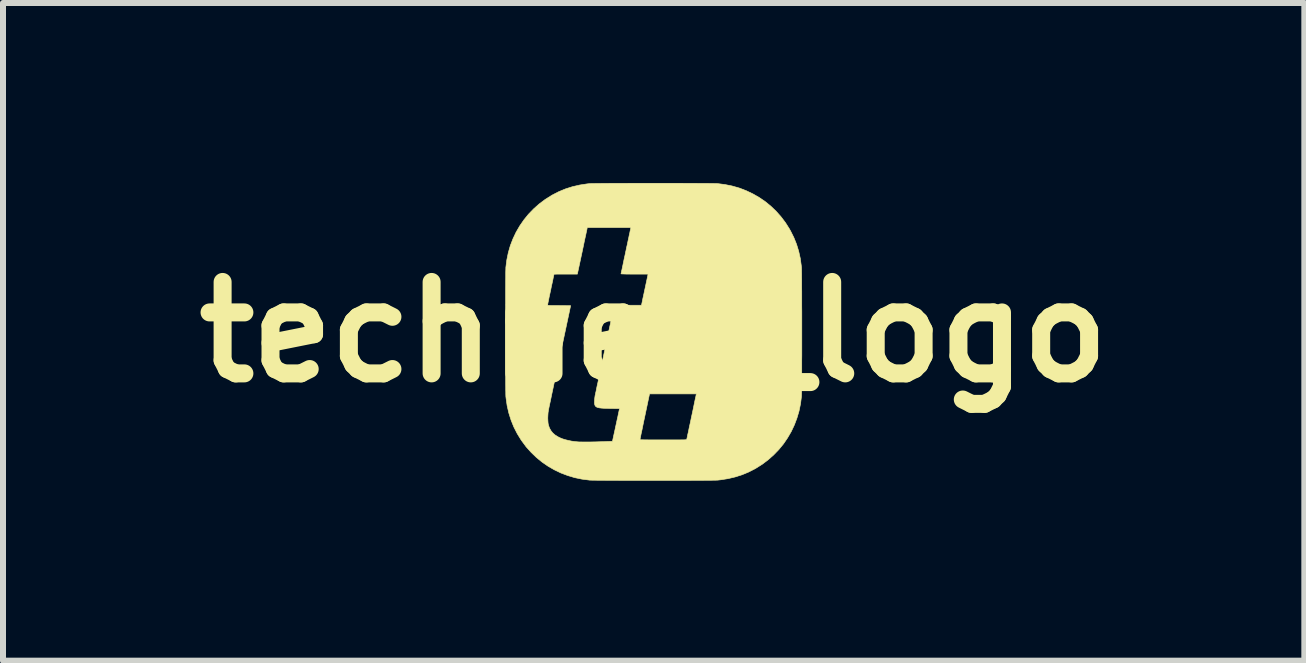
<source format=kicad_pcb>
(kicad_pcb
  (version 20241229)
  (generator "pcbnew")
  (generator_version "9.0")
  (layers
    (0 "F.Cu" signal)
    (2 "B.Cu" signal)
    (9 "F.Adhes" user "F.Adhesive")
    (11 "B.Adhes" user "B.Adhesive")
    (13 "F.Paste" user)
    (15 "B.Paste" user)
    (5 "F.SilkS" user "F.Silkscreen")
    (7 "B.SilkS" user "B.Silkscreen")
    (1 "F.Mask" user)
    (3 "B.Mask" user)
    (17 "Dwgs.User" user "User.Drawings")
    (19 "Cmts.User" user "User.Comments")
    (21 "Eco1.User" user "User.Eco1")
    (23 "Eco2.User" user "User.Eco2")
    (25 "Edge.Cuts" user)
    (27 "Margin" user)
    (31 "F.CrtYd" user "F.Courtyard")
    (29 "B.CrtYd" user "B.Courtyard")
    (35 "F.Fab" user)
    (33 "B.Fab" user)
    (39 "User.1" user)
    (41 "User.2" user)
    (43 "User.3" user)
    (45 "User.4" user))
  (footprint "techne2_logo"
    (layer "F.Cu")
    (at 7.845 2.484)
    (property "Reference" "techne2_logo" (at 0 0 0) (layer "F.SilkS") (effects (font (size 1.524 1.524) (thickness 0.3))))
    (attr through_hole)
    (fp_poly (pts (xy 0.124 -2.479) (xy 0.215 -2.479) (xy 0.304 -2.479) (xy 0.392 -2.479) (xy 0.477 -2.479) (xy 0.559 -2.478) (xy 0.636 -2.478) (xy 0.71 -2.478) (xy 0.778 -2.477) (xy 0.84 -2.477) (xy 0.897 -2.477) (xy 0.946 -2.476) (xy 0.988 -2.476) (xy 1.021 -2.475) (xy 1.046 -2.475) (xy 1.061 -2.474) (xy 1.064 -2.474) (xy 1.189 -2.458) (xy 1.311 -2.433) (xy 1.43 -2.399) (xy 1.544 -2.355) (xy 1.653 -2.303) (xy 1.758 -2.243) (xy 1.858 -2.175) (xy 1.952 -2.098) (xy 2.04 -2.014) (xy 2.121 -1.923) (xy 2.196 -1.824) (xy 2.263 -1.718) (xy 2.282 -1.684) (xy 2.336 -1.576) (xy 2.381 -1.464) (xy 2.417 -1.347) (xy 2.444 -1.226) (xy 2.461 -1.101) (xy 2.464 -1.074) (xy 2.464 -1.062) (xy 2.465 -1.04) (xy 2.465 -1.009) (xy 2.466 -0.97) (xy 2.466 -0.923) (xy 2.467 -0.869) (xy 2.467 -0.808) (xy 2.467 -0.741) (xy 2.468 -0.669) (xy 2.468 -0.593) (xy 2.468 -0.512) (xy 2.468 -0.428) (xy 2.469 -0.341) (xy 2.469 -0.252) (xy 2.469 -0.161) (xy 2.469 -0.069) (xy 2.469 0.023) (xy 2.469 0.116) (xy 2.469 0.207) (xy 2.469 0.297) (xy 2.469 0.385) (xy 2.468 0.47) (xy 2.468 0.553) (xy 2.468 0.631) (xy 2.468 0.705) (xy 2.467 0.774) (xy 2.467 0.837) (xy 2.466 0.895) (xy 2.466 0.945) (xy 2.466 0.988) (xy 2.465 1.022) (xy 2.464 1.048) (xy 2.464 1.065) (xy 2.464 1.069) (xy 2.448 1.195) (xy 2.423 1.317) (xy 2.388 1.435) (xy 2.345 1.549) (xy 2.293 1.659) (xy 2.232 1.764) (xy 2.164 1.864) (xy 2.087 1.958) (xy 2.002 2.046) (xy 1.91 2.128) (xy 1.811 2.203) (xy 1.705 2.27) (xy 1.684 2.282) (xy 1.58 2.335) (xy 1.471 2.38) (xy 1.357 2.416) (xy 1.238 2.444) (xy 1.117 2.463) (xy 1.064 2.469) (xy 1.053 2.469) (xy 1.032 2.47) (xy 1.001 2.47) (xy 0.963 2.471) (xy 0.917 2.471) (xy 0.864 2.471) (xy 0.804 2.472) (xy 0.738 2.472) (xy 0.667 2.472) (xy 0.591 2.473) (xy 0.511 2.473) (xy 0.428 2.473) (xy 0.342 2.473) (xy 0.253 2.473) (xy 0.163 2.473) (xy 0.071 2.473) (xy -0.021 2.473) (xy -0.113 2.473) (xy -0.204 2.473) (xy -0.293 2.473) (xy -0.381 2.473) (xy -0.467 2.473) (xy -0.549 2.473) (xy -0.627 2.472) (xy -0.701 2.472) (xy -0.771 2.472) (xy -0.834 2.471) (xy -0.892 2.471) (xy -0.942 2.471) (xy -0.986 2.47) (xy -1.021 2.47) (xy -1.048 2.469) (xy -1.066 2.469) (xy -1.072 2.468) (xy -1.195 2.452) (xy -1.316 2.427) (xy -1.433 2.392) (xy -1.547 2.349) (xy -1.657 2.296) (xy -1.761 2.236) (xy -1.861 2.167) (xy -1.955 2.09) (xy -2.042 2.006) (xy -2.124 1.915) (xy -2.197 1.816) (xy -2.21 1.798) (xy -2.275 1.692) (xy -2.331 1.582) (xy -2.377 1.468) (xy -2.414 1.351) (xy -2.442 1.23) (xy -2.46 1.105) (xy -2.464 1.069) (xy -2.464 1.057) (xy -2.465 1.035) (xy -2.465 1.004) (xy -2.466 0.965) (xy -2.466 0.918) (xy -2.467 0.864) (xy -2.467 0.803) (xy -2.467 0.736) (xy -2.468 0.664) (xy -2.468 0.588) (xy -2.468 0.507) (xy -2.468 0.423) (xy -2.469 0.336) (xy -2.469 0.247) (xy -2.469 0.156) (xy -2.469 0.064) (xy -2.469 -0.028) (xy -2.469 -0.12) (xy -2.469 -0.212) (xy -2.469 -0.302) (xy -2.469 -0.39) (xy -2.468 -0.451) (xy -1.768 -0.451) (xy -1.767 -0.449) (xy -1.765 -0.447) (xy -1.76 -0.445) (xy -1.751 -0.444) (xy -1.738 -0.443) (xy -1.719 -0.442) (xy -1.693 -0.442) (xy -1.661 -0.441) (xy -1.619 -0.441) (xy -1.576 -0.441) (xy -1.384 -0.439) (xy -1.563 0.401) (xy -1.583 0.493) (xy -1.602 0.582) (xy -1.62 0.669) (xy -1.638 0.753) (xy -1.655 0.833) (xy -1.671 0.908) (xy -1.686 0.979) (xy -1.7 1.044) (xy -1.712 1.103) (xy -1.723 1.156) (xy -1.733 1.201) (xy -1.741 1.239) (xy -1.747 1.269) (xy -1.751 1.289) (xy -1.753 1.3) (xy -1.76 1.344) (xy -1.763 1.39) (xy -1.765 1.436) (xy -1.763 1.48) (xy -1.76 1.519) (xy -1.754 1.55) (xy -1.737 1.6) (xy -1.713 1.643) (xy -1.683 1.681) (xy -1.646 1.714) (xy -1.599 1.744) (xy -1.566 1.761) (xy -1.526 1.778) (xy -1.479 1.793) (xy -1.426 1.806) (xy -1.37 1.818) (xy -1.313 1.826) (xy -1.27 1.83) (xy -1.246 1.832) (xy -1.213 1.832) (xy -1.173 1.833) (xy -1.126 1.833) (xy -1.075 1.833) (xy -1.021 1.832) (xy -0.964 1.831) (xy -0.907 1.829) (xy -0.866 1.828) (xy -0.825 1.827) (xy -0.787 1.825) (xy -0.753 1.824) (xy -0.725 1.823) (xy -0.704 1.822) (xy -0.691 1.822) (xy -0.688 1.822) (xy -0.686 1.817) (xy -0.683 1.803) (xy -0.681 1.795) (xy -0.229 1.795) (xy -0.224 1.795) (xy -0.209 1.796) (xy -0.186 1.796) (xy -0.156 1.797) (xy -0.118 1.797) (xy -0.074 1.798) (xy -0.024 1.798) (xy 0.03 1.798) (xy 0.088 1.798) (xy 0.15 1.798) (xy 0.16 1.798) (xy 0.232 1.798) (xy 0.294 1.798) (xy 0.348 1.798) (xy 0.394 1.798) (xy 0.432 1.798) (xy 0.464 1.797) (xy 0.489 1.797) (xy 0.509 1.797) (xy 0.524 1.796) (xy 0.535 1.795) (xy 0.542 1.794) (xy 0.547 1.793) (xy 0.549 1.791) (xy 0.551 1.79) (xy 0.551 1.789) (xy 0.552 1.783) (xy 0.556 1.768) (xy 0.561 1.744) (xy 0.567 1.713) (xy 0.576 1.675) (xy 0.585 1.631) (xy 0.595 1.581) (xy 0.607 1.528) (xy 0.619 1.471) (xy 0.63 1.417) (xy 0.643 1.358) (xy 0.655 1.301) (xy 0.666 1.248) (xy 0.676 1.199) (xy 0.685 1.155) (xy 0.693 1.118) (xy 0.7 1.087) (xy 0.705 1.063) (xy 0.708 1.048) (xy 0.709 1.043) (xy 0.712 1.031) (xy -0.069 1.031) (xy -0.149 1.411) (xy -0.162 1.472) (xy -0.174 1.529) (xy -0.185 1.583) (xy -0.195 1.633) (xy -0.205 1.677) (xy -0.213 1.716) (xy -0.219 1.747) (xy -0.224 1.772) (xy -0.227 1.787) (xy -0.229 1.794) (xy -0.229 1.795) (xy -0.681 1.795) (xy -0.678 1.781) (xy -0.672 1.752) (xy -0.664 1.716) (xy -0.655 1.675) (xy -0.645 1.63) (xy -0.635 1.581) (xy -0.63 1.56) (xy -0.619 1.509) (xy -0.609 1.462) (xy -0.599 1.418) (xy -0.591 1.379) (xy -0.584 1.345) (xy -0.578 1.318) (xy -0.574 1.299) (xy -0.571 1.289) (xy -0.571 1.287) (xy -0.568 1.276) (xy -0.725 1.274) (xy -0.783 1.272) (xy -0.833 1.271) (xy -0.873 1.268) (xy -0.906 1.264) (xy -0.932 1.258) (xy -0.952 1.25) (xy -0.966 1.24) (xy -0.976 1.227) (xy -0.982 1.211) (xy -0.986 1.191) (xy -0.987 1.168) (xy -0.986 1.158) (xy -0.985 1.131) (xy -0.982 1.1) (xy -0.978 1.072) (xy -0.978 1.072) (xy -0.977 1.063) (xy -0.973 1.046) (xy -0.968 1.02) (xy -0.96 0.986) (xy -0.952 0.944) (xy -0.942 0.896) (xy -0.93 0.843) (xy -0.918 0.784) (xy -0.904 0.721) (xy -0.89 0.653) (xy -0.875 0.583) (xy -0.86 0.511) (xy -0.844 0.436) (xy -0.828 0.361) (xy -0.812 0.285) (xy -0.796 0.209) (xy -0.78 0.135) (xy -0.764 0.062) (xy -0.749 -0.009) (xy -0.735 -0.076) (xy -0.721 -0.14) (xy -0.709 -0.2) (xy -0.697 -0.254) (xy -0.687 -0.303) (xy -0.678 -0.345) (xy -0.67 -0.38) (xy -0.664 -0.407) (xy -0.66 -0.426) (xy -0.658 -0.436) (xy -0.658 -0.436) (xy -0.655 -0.447) (xy -0.429 -0.446) (xy -0.382 -0.446) (xy -0.339 -0.446) (xy -0.3 -0.446) (xy -0.266 -0.446) (xy -0.238 -0.446) (xy -0.218 -0.446) (xy -0.206 -0.447) (xy -0.203 -0.447) (xy -0.202 -0.452) (xy -0.199 -0.467) (xy -0.194 -0.489) (xy -0.188 -0.519) (xy -0.181 -0.554) (xy -0.172 -0.595) (xy -0.162 -0.641) (xy -0.152 -0.689) (xy -0.148 -0.707) (xy -0.093 -0.965) (xy -0.318 -0.965) (xy -0.373 -0.965) (xy -0.42 -0.966) (xy -0.461 -0.966) (xy -0.495 -0.967) (xy -0.52 -0.968) (xy -0.536 -0.969) (xy -0.543 -0.97) (xy -0.544 -0.97) (xy -0.543 -0.976) (xy -0.54 -0.99) (xy -0.535 -1.014) (xy -0.528 -1.044) (xy -0.52 -1.082) (xy -0.511 -1.125) (xy -0.501 -1.174) (xy -0.49 -1.227) (xy -0.477 -1.284) (xy -0.465 -1.344) (xy -0.464 -1.345) (xy -0.452 -1.405) (xy -0.439 -1.462) (xy -0.428 -1.516) (xy -0.417 -1.566) (xy -0.408 -1.61) (xy -0.399 -1.649) (xy -0.393 -1.681) (xy -0.387 -1.705) (xy -0.384 -1.722) (xy -0.383 -1.728) (xy -0.38 -1.742) (xy -1.106 -1.742) (xy -1.109 -1.731) (xy -1.11 -1.724) (xy -1.113 -1.708) (xy -1.118 -1.684) (xy -1.125 -1.653) (xy -1.133 -1.614) (xy -1.143 -1.57) (xy -1.154 -1.52) (xy -1.165 -1.466) (xy -1.177 -1.408) (xy -1.19 -1.348) (xy -1.191 -1.342) (xy -1.272 -0.965) (xy -1.467 -0.965) (xy -1.51 -0.965) (xy -1.55 -0.965) (xy -1.585 -0.965) (xy -1.615 -0.965) (xy -1.639 -0.964) (xy -1.654 -0.964) (xy -1.661 -0.964) (xy -1.661 -0.963) (xy -1.662 -0.958) (xy -1.665 -0.944) (xy -1.67 -0.922) (xy -1.676 -0.893) (xy -1.683 -0.857) (xy -1.692 -0.816) (xy -1.702 -0.772) (xy -1.712 -0.723) (xy -1.714 -0.711) (xy -1.725 -0.661) (xy -1.735 -0.615) (xy -1.744 -0.573) (xy -1.751 -0.535) (xy -1.758 -0.503) (xy -1.763 -0.478) (xy -1.766 -0.46) (xy -1.768 -0.452) (xy -1.768 -0.451) (xy -2.468 -0.451) (xy -2.468 -0.475) (xy -2.468 -0.558) (xy -2.468 -0.636) (xy -2.468 -0.71) (xy -2.467 -0.779) (xy -2.467 -0.842) (xy -2.466 -0.9) (xy -2.466 -0.95) (xy -2.466 -0.993) (xy -2.465 -1.027) (xy -2.464 -1.053) (xy -2.464 -1.07) (xy -2.464 -1.074) (xy -2.448 -1.2) (xy -2.423 -1.322) (xy -2.389 -1.44) (xy -2.345 -1.554) (xy -2.293 -1.664) (xy -2.232 -1.769) (xy -2.163 -1.869) (xy -2.086 -1.964) (xy -2.001 -2.052) (xy -1.909 -2.134) (xy -1.809 -2.209) (xy -1.798 -2.216) (xy -1.693 -2.282) (xy -1.584 -2.338) (xy -1.471 -2.385) (xy -1.355 -2.422) (xy -1.234 -2.45) (xy -1.11 -2.469) (xy -1.064 -2.474) (xy -1.052 -2.474) (xy -1.03 -2.475) (xy -0.999 -2.475) (xy -0.959 -2.476) (xy -0.912 -2.476) (xy -0.858 -2.477) (xy -0.798 -2.477) (xy -0.731 -2.478) (xy -0.659 -2.478) (xy -0.583 -2.478) (xy -0.502 -2.478) (xy -0.418 -2.479) (xy -0.332 -2.479) (xy -0.242 -2.479) (xy -0.152 -2.479) (xy -0.06 -2.479) (xy 0.032 -2.479) (xy 0.124 -2.479)) (stroke (width 0.01) (type solid)) (fill yes) (layer "F.SilkS")))
  (gr_rect
    (start -3 -3)
    (end 18.69 7.962)
    (stroke (width 0.1) (type default))
    (fill no)
    (layer "Edge.Cuts")))
</source>
